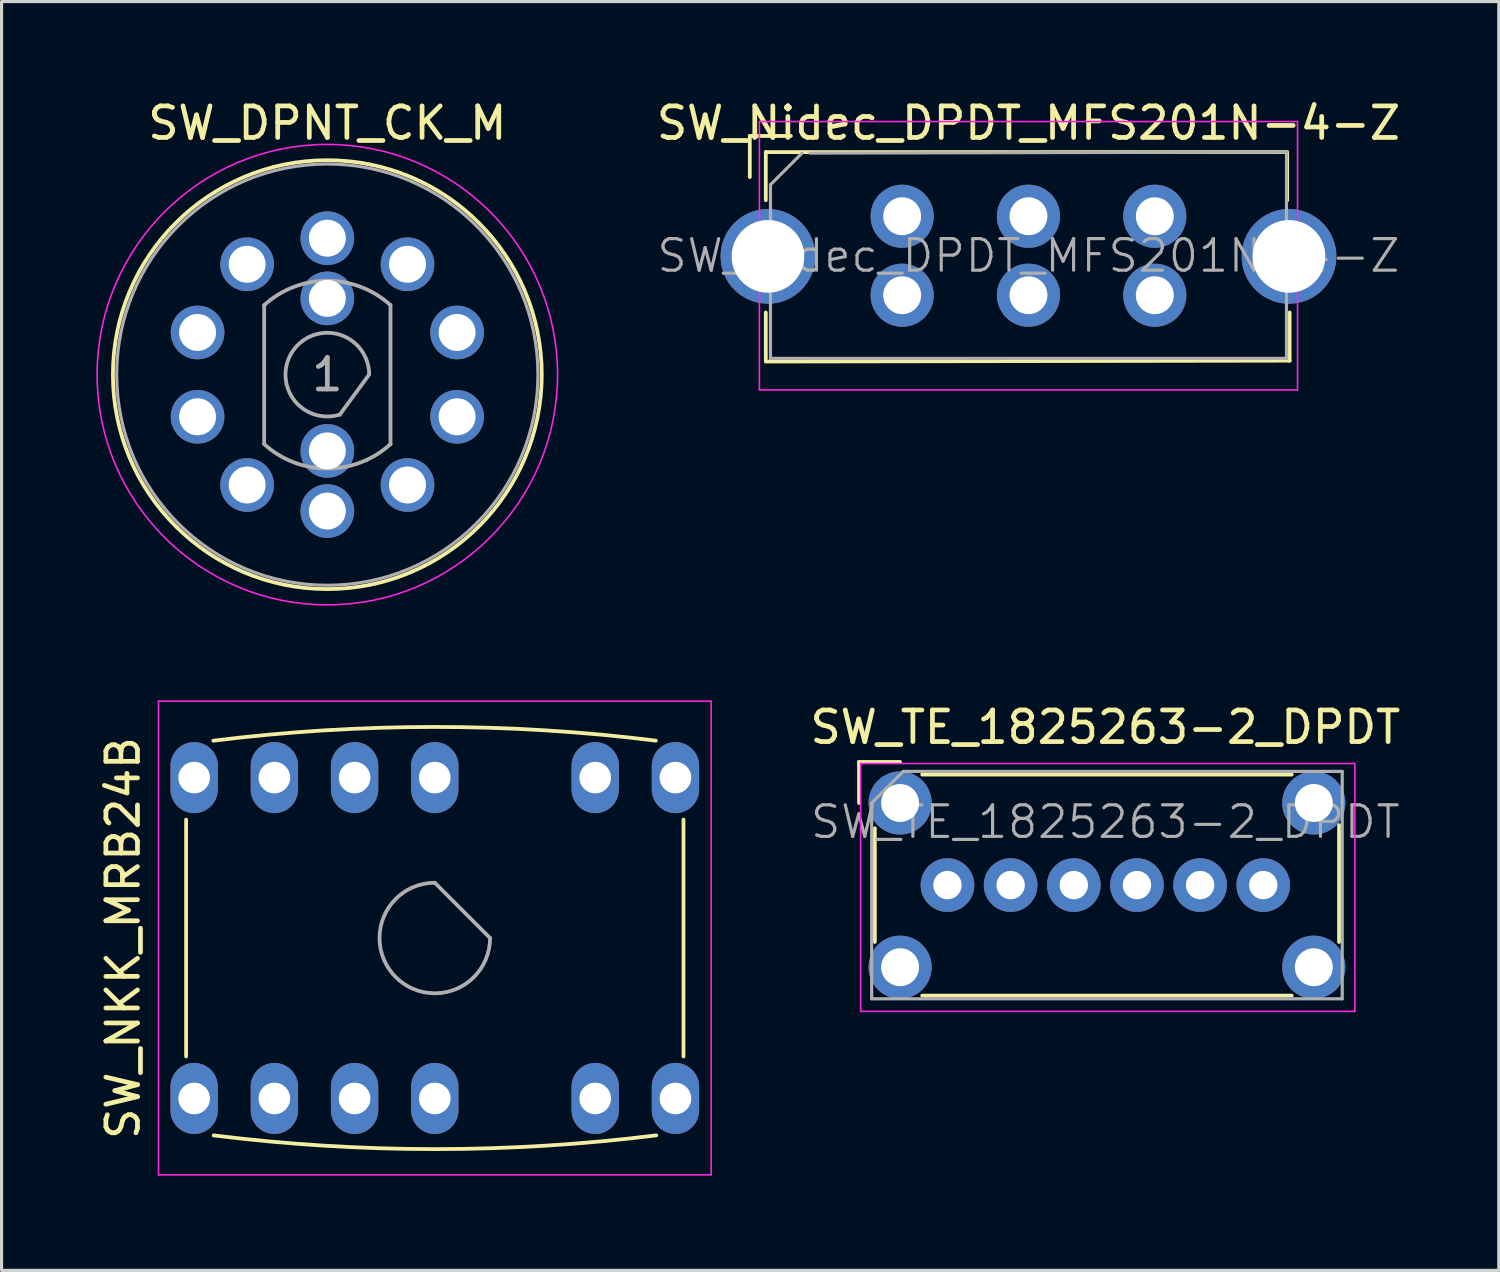
<source format=kicad_pcb>
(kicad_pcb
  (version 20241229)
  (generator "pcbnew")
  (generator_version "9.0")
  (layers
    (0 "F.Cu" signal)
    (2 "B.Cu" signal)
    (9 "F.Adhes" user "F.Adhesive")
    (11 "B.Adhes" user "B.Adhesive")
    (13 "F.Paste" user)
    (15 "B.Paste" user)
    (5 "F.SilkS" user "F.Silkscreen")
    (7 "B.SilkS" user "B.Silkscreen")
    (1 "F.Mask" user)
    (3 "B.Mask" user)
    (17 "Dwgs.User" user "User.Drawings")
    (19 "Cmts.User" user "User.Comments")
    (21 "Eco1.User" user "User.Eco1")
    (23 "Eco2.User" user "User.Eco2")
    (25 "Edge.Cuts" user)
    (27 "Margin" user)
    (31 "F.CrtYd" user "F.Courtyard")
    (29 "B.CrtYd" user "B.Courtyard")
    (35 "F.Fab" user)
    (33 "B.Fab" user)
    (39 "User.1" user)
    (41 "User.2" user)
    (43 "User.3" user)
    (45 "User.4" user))
  (footprint "SW_Nidec_DPDT_MFS201N−4-Z"
    (layer "F.Cu")
    (at 25.517 3.798)
    (property "Reference" "SW_Nidec_DPDT_MFS201N−4-Z" (at 4 -2.95 0) (layer "F.SilkS") (effects (font (size 1 1) (thickness 0.15))))
    (attr through_hole)
    (fp_line (start -4.824 -2.542) (end -3.524 -2.542) (stroke (width 0.12) (type solid)) (layer "F.SilkS"))
    (fp_line (start -4.824 -1.242) (end -4.824 -2.542) (stroke (width 0.12) (type solid)) (layer "F.SilkS"))
    (fp_line (start -4.318 -2.032) (end 12.192 -2.032) (stroke (width 0.12) (type solid)) (layer "F.SilkS"))
    (fp_line (start -4.318 -0.508) (end -4.318 -2.032) (stroke (width 0.12) (type solid)) (layer "F.SilkS"))
    (fp_line (start -4.318 4.572) (end -4.318 3.048) (stroke (width 0.12) (type solid)) (layer "F.SilkS"))
    (fp_line (start 12.192 -0.508) (end 12.192 -2.032) (stroke (width 0.12) (type solid)) (layer "F.SilkS"))
    (fp_line (start 12.27 3.048) (end 12.27 4.572) (stroke (width 0.12) (type solid)) (layer "F.SilkS"))
    (fp_line (start 12.27 4.572) (end -4.318 4.6) (stroke (width 0.12) (type solid)) (layer "F.SilkS"))
    (fp_line (start -4.52 -3) (end 12.52 -3) (stroke (width 0.05) (type solid)) (layer "F.CrtYd"))
    (fp_line (start -4.52 5.5) (end -4.52 -3) (stroke (width 0.05) (type solid)) (layer "F.CrtYd"))
    (fp_line (start 12.52 -3) (end 12.52 5.5) (stroke (width 0.05) (type solid)) (layer "F.CrtYd"))
    (fp_line (start 12.52 5.5) (end -4.52 5.5) (stroke (width 0.05) (type solid)) (layer "F.CrtYd"))
    (fp_line (start -4.17 4.5) (end -4.17 -1) (stroke (width 0.1) (type solid)) (layer "F.Fab"))
    (fp_line (start -3.17 -2) (end -4.17 -1) (stroke (width 0.1) (type solid)) (layer "F.Fab"))
    (fp_line (start -2.916 -2) (end 12.192 -2.032) (stroke (width 0.1) (type solid)) (layer "F.Fab"))
    (fp_line (start 12.17 -2.032) (end 12.17 4.5) (stroke (width 0.1) (type solid)) (layer "F.Fab"))
    (fp_line (start 12.17 4.5) (end -4.17 4.5) (stroke (width 0.1) (type solid)) (layer "F.Fab"))
    (fp_text user "${REFERENCE}" (at 4 1.25 0) (layer "F.Fab") (effects (font (size 1 1) (thickness 0.1))))
    (pad "" thru_hole circle (at -4.25 1.27) (size 3 3) (drill 2.3) (layers "*.Cu" "*.Mask"))
    (pad "" thru_hole circle (at 12.25 1.27) (size 3 3) (drill 2.3) (layers "*.Cu" "*.Mask"))
    (pad "1" thru_hole circle (at 0 0) (size 2 2) (drill 1.2) (layers "*.Cu" "*.Mask"))
    (pad "2" thru_hole circle (at 4 0) (size 2 2) (drill 1.2) (layers "*.Cu" "*.Mask"))
    (pad "3" thru_hole circle (at 8 0) (size 2 2) (drill 1.2) (layers "*.Cu" "*.Mask"))
    (pad "4" thru_hole circle (at 0 2.5) (size 2 2) (drill 1.2) (layers "*.Cu" "*.Mask"))
    (pad "5" thru_hole circle (at 4 2.5) (size 2 2) (drill 1.2) (layers "*.Cu" "*.Mask"))
    (pad "6" thru_hole circle (at 8 2.5) (size 2 2) (drill 1.2) (layers "*.Cu" "*.Mask")))
  (footprint "SW_NKK_MRB24B"
    (layer "F.Cu")
    (at 10.718 26.653)
    (property "Reference" "SW_NKK_MRB24B" (at -9.87 0 90) (layer "F.SilkS") (effects (font (size 1 1) (thickness 0.15))))
    (attr through_hole)
    (fp_line (start -7.875 -3.75) (end -7.875 3.75) (stroke (width 0.12) (type solid)) (layer "F.SilkS"))
    (fp_line (start 7.875 3.75) (end 7.875 -3.75) (stroke (width 0.12) (type solid)) (layer "F.SilkS"))
    (fp_arc (start -7.012424 -6.248451) (mid -0.006261 -6.68388) (end 6.999999 -6.249999) (stroke (width 0.12) (type solid)) (layer "F.SilkS"))
    (fp_arc (start 7.012424 6.248451) (mid 0.006261 6.68388) (end -6.999999 6.249999) (stroke (width 0.12) (type solid)) (layer "F.SilkS"))
    (fp_line (start -8.75 -7.5) (end 8.75 -7.5) (stroke (width 0.05) (type solid)) (layer "F.CrtYd"))
    (fp_line (start -8.75 7.5) (end -8.75 -7.5) (stroke (width 0.05) (type solid)) (layer "F.CrtYd"))
    (fp_line (start 8.75 -7.5) (end 8.75 7.5) (stroke (width 0.05) (type solid)) (layer "F.CrtYd"))
    (fp_line (start 8.75 7.5) (end -8.75 7.5) (stroke (width 0.05) (type solid)) (layer "F.CrtYd"))
    (fp_line (start 0 -1.75) (end 1.75 0) (stroke (width 0.12) (type solid)) (layer "F.Fab"))
    (fp_arc (start 1.75 0) (mid -1.237437 1.237437) (end 0 -1.75) (stroke (width 0.12) (type solid)) (layer "F.Fab"))
    (pad "1" thru_hole oval (at -5.08 -5.08) (size 1.5 2.25) (drill 1) (layers "*.Cu" "*.Mask"))
    (pad "2" thru_hole oval (at -2.54 -5.08) (size 1.5 2.25) (drill 1) (layers "*.Cu" "*.Mask"))
    (pad "3" thru_hole oval (at 0 -5.08) (size 1.5 2.25) (drill 1) (layers "*.Cu" "*.Mask"))
    (pad "4" thru_hole oval (at -5.08 5.08) (size 1.5 2.25) (drill 1) (layers "*.Cu" "*.Mask"))
    (pad "5" thru_hole oval (at -2.54 5.08) (size 1.5 2.25) (drill 1) (layers "*.Cu" "*.Mask"))
    (pad "6" thru_hole oval (at 0 5.08) (size 1.5 2.25) (drill 1) (layers "*.Cu" "*.Mask"))
    (pad "C1" thru_hole oval (at 5.08 -5.08) (size 1.5 2.25) (drill 1) (layers "*.Cu" "*.Mask"))
    (pad "C2" thru_hole oval (at 5.08 5.08) (size 1.5 2.25) (drill 1) (layers "*.Cu" "*.Mask"))
    (pad "G" thru_hole oval (at -7.62 -5.08) (size 1.5 2.25) (drill 1) (layers "*.Cu" "*.Mask"))
    (pad "G" thru_hole oval (at -7.62 5.08) (size 1.5 2.25) (drill 1) (layers "*.Cu" "*.Mask"))
    (pad "G" thru_hole oval (at 7.62 -5.08) (size 1.5 2.25) (drill 1) (layers "*.Cu" "*.Mask"))
    (pad "G" thru_hole oval (at 7.62 5.08) (size 1.5 2.25) (drill 1) (layers "*.Cu" "*.Mask")))
  (footprint "SW_TE_1825263-2_DPDT"
    (layer "F.Cu")
    (at 26.952 24.977)
    (property "Reference" "SW_TE_1825263-2_DPDT" (at 5 -5 0) (layer "F.SilkS") (effects (font (size 1 1) (thickness 0.15))))
    (attr through_hole)
    (fp_line (start -2.8 -3.9) (end -1.5 -3.9) (stroke (width 0.12) (type solid)) (layer "F.SilkS"))
    (fp_line (start -2.8 -2.6) (end -2.8 -3.9) (stroke (width 0.12) (type solid)) (layer "F.SilkS"))
    (fp_line (start -2.3 1.8) (end -2.3 -1.8) (stroke (width 0.12) (type solid)) (layer "F.SilkS"))
    (fp_line (start -0.8 -3.5) (end 10.9 -3.5) (stroke (width 0.12) (type solid)) (layer "F.SilkS"))
    (fp_line (start 10.9 3.5) (end -0.8 3.5) (stroke (width 0.12) (type solid)) (layer "F.SilkS"))
    (fp_line (start 12.4 -1.9) (end 12.4 1.8) (stroke (width 0.12) (type solid)) (layer "F.SilkS"))
    (fp_line (start -2.75 -3.85) (end 12.9 -3.85) (stroke (width 0.05) (type solid)) (layer "F.CrtYd"))
    (fp_line (start -2.75 4) (end -2.75 -3.85) (stroke (width 0.05) (type solid)) (layer "F.CrtYd"))
    (fp_line (start 12.9 -3.85) (end 12.9 4) (stroke (width 0.05) (type solid)) (layer "F.CrtYd"))
    (fp_line (start 12.9 4) (end -2.75 4) (stroke (width 0.05) (type solid)) (layer "F.CrtYd"))
    (fp_line (start -2.4 3.6) (end -2.4 -2.6) (stroke (width 0.1) (type solid)) (layer "F.Fab"))
    (fp_line (start -1.4 -3.6) (end -2.4 -2.6) (stroke (width 0.1) (type solid)) (layer "F.Fab"))
    (fp_line (start -1.4 -3.6) (end 12.5 -3.6) (stroke (width 0.1) (type solid)) (layer "F.Fab"))
    (fp_line (start 12.5 -3.6) (end 12.5 3.6) (stroke (width 0.1) (type solid)) (layer "F.Fab"))
    (fp_line (start 12.5 3.6) (end -2.4 3.6) (stroke (width 0.1) (type solid)) (layer "F.Fab"))
    (fp_text user "${REFERENCE}" (at 5 -2 0) (layer "F.Fab") (effects (font (size 1 1) (thickness 0.1))))
    (pad "" thru_hole circle (at -1.5 -2.6) (size 2 2) (drill 1.2) (layers "*.Cu" "*.Mask"))
    (pad "" thru_hole circle (at -1.5 2.6) (size 2 2) (drill 1.2) (layers "*.Cu" "*.Mask"))
    (pad "" thru_hole circle (at 11.6 -2.6) (size 2 2) (drill 1.2) (layers "*.Cu" "*.Mask"))
    (pad "" thru_hole circle (at 11.6 2.6) (size 2 2) (drill 1.2) (layers "*.Cu" "*.Mask"))
    (pad "1" thru_hole circle (at 0 0) (size 1.7 1.7) (drill 0.9) (layers "*.Cu" "*.Mask"))
    (pad "2" thru_hole circle (at 2 0) (size 1.7 1.7) (drill 0.9) (layers "*.Cu" "*.Mask"))
    (pad "3" thru_hole circle (at 4 0) (size 1.7 1.7) (drill 0.9) (layers "*.Cu" "*.Mask"))
    (pad "4" thru_hole circle (at 6 0) (size 1.7 1.7) (drill 0.9) (layers "*.Cu" "*.Mask"))
    (pad "5" thru_hole circle (at 8 0) (size 1.7 1.7) (drill 0.9) (layers "*.Cu" "*.Mask"))
    (pad "6" thru_hole circle (at 10 0) (size 1.7 1.7) (drill 0.9) (layers "*.Cu" "*.Mask")))
  (footprint "SW_DPNT_CK_M"
    (layer "F.Cu")
    (at 7.315 8.813)
    (property "Reference" "SW_DPNT_CK_M" (at 0 -7.965 0) (layer "F.SilkS") (effects (font (size 1 1) (thickness 0.15))))
    (attr through_hole)
    (fp_circle (center 0 0) (end 0 6.79) (stroke (width 0.12) (type solid)) (fill no) (layer "F.SilkS"))
    (fp_circle (center 0 0) (end 0 7.29) (stroke (width 0.05) (type solid)) (fill no) (layer "F.CrtYd"))
    (fp_line (start -2 -2.2) (end -2 2.2) (stroke (width 0.12) (type solid)) (layer "F.Fab"))
    (fp_line (start 0.395 1.265) (end 1.325 -0.003) (stroke (width 0.12) (type solid)) (layer "F.Fab"))
    (fp_line (start 2 -2.2) (end 2 2.2) (stroke (width 0.12) (type solid)) (layer "F.Fab"))
    (fp_arc (start -1.999999 -2.199999) (mid 0 -2.973212) (end 1.999999 -2.199999) (stroke (width 0.12) (type solid)) (layer "F.Fab"))
    (fp_arc (start 0.395215 1.26469) (mid -1.068525 -0.783511) (end 1.325 -0.003319) (stroke (width 0.12) (type solid)) (layer "F.Fab"))
    (fp_arc (start 1.999999 2.199999) (mid 0 2.973212) (end -1.999999 2.199999) (stroke (width 0.12) (type solid)) (layer "F.Fab"))
    (fp_circle (center 0 0) (end 0 6.67) (stroke (width 0.1) (type solid)) (fill no) (layer "F.Fab"))
    (fp_text user "1" (at 0 0 0) (layer "F.Fab") (effects (font (size 1 1) (thickness 0.15))))
    (pad "1" thru_hole oval (at -4.109 -1.335) (size 1.7 1.7) (drill 1.17) (layers "*.Cu" "*.Mask"))
    (pad "2" thru_hole oval (at -2.539 -3.495) (size 1.7 1.7) (drill 1.17) (layers "*.Cu" "*.Mask"))
    (pad "3" thru_hole oval (at 0 -4.32) (size 1.7 1.7) (drill 1.17) (layers "*.Cu" "*.Mask"))
    (pad "4" thru_hole oval (at 2.539 -3.495) (size 1.7 1.7) (drill 1.17) (layers "*.Cu" "*.Mask"))
    (pad "5" thru_hole oval (at 4.109 -1.335) (size 1.7 1.7) (drill 1.17) (layers "*.Cu" "*.Mask"))
    (pad "6" thru_hole oval (at 4.109 1.335) (size 1.7 1.7) (drill 1.17) (layers "*.Cu" "*.Mask"))
    (pad "7" thru_hole oval (at 2.539 3.495) (size 1.7 1.7) (drill 1.17) (layers "*.Cu" "*.Mask"))
    (pad "8" thru_hole oval (at 0 4.32) (size 1.7 1.7) (drill 1.17) (layers "*.Cu" "*.Mask"))
    (pad "9" thru_hole oval (at -2.539 3.495) (size 1.7 1.7) (drill 1.17) (layers "*.Cu" "*.Mask"))
    (pad "10" thru_hole oval (at -4.109 1.335) (size 1.7 1.7) (drill 1.17) (layers "*.Cu" "*.Mask"))
    (pad "A" thru_hole oval (at 0 -2.415) (size 1.7 1.7) (drill 1.17) (layers "*.Cu" "*.Mask"))
    (pad "B" thru_hole oval (at 0 2.415) (size 1.7 1.7) (drill 1.17) (layers "*.Cu" "*.Mask")))
  (gr_rect
    (start -3 -3)
    (end 44.41 37.178)
    (stroke (width 0.1) (type default))
    (fill no)
    (layer "Edge.Cuts")))
</source>
